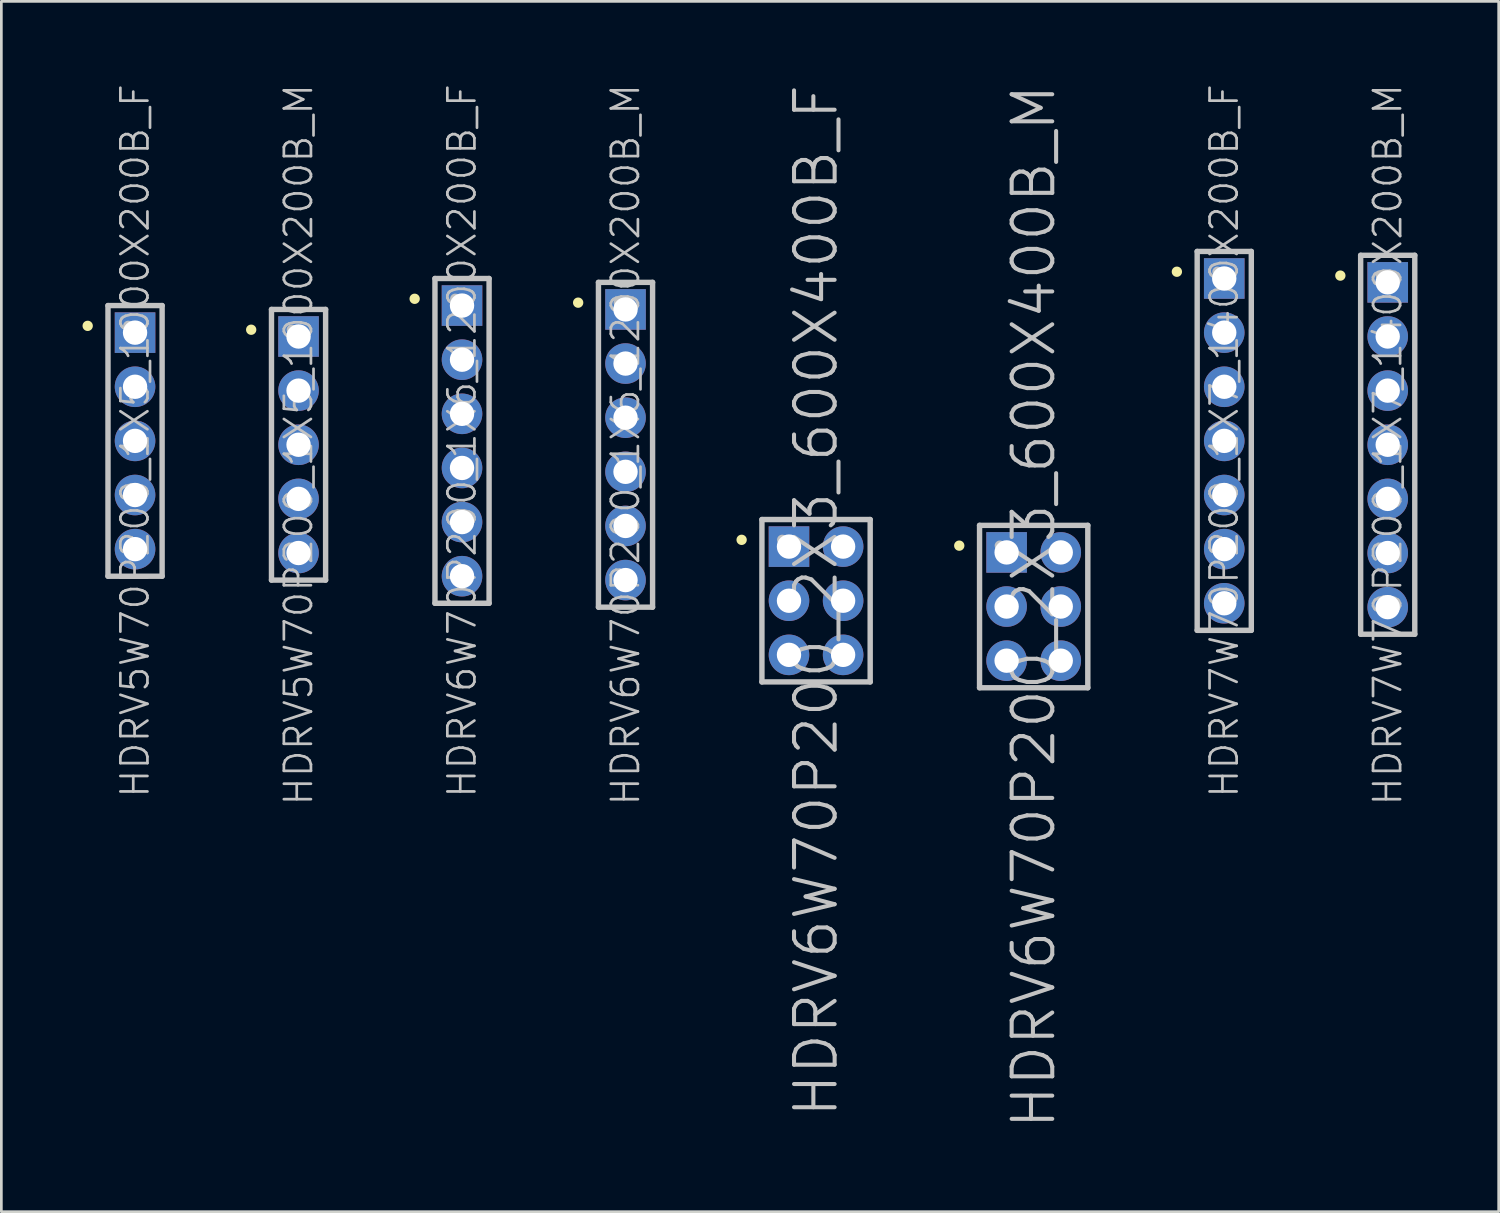
<source format=kicad_pcb>
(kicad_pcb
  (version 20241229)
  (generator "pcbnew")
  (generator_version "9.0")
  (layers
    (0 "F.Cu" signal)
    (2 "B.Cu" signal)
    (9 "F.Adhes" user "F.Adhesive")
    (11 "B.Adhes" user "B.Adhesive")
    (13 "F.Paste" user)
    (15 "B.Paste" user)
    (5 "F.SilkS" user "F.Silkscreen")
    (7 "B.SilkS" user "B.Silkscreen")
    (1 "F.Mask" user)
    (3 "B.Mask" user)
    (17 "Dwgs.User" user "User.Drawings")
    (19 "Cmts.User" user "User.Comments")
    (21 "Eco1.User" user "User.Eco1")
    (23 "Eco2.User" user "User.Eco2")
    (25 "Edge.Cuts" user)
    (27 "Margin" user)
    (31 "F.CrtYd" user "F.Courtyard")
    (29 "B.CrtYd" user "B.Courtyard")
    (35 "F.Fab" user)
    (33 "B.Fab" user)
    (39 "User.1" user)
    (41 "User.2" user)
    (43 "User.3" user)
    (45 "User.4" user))
  (footprint "HDRV6W70P200_2X3_600X400B_M"
    (layer "F.Cu")
    (at 35.143 19.361)
    (property "Reference" "HDRV6W70P200_2X3_600X400B_M" (at 0 0 90) (layer "Dwgs.User") (effects (font (size 1.5 1.5) (thickness 0.15))))
    (attr through_hole)
    (fp_line (start -2.75 -2.25) (end -2.75 -2.25) (stroke (width 0.381) (type solid)) (layer "F.SilkS"))
    (fp_line (start -2 -3) (end -2 3) (stroke (width 0.2) (type solid)) (layer "Dwgs.User"))
    (fp_line (start -2 -3) (end 2 -3) (stroke (width 0.2) (type solid)) (layer "Dwgs.User"))
    (fp_line (start -2 3) (end 2 3) (stroke (width 0.2) (type solid)) (layer "Dwgs.User"))
    (fp_line (start -1.25 -2.25) (end -1.25 -2.25) (stroke (width 0.381) (type solid)) (layer "Dwgs.User"))
    (fp_line (start 2 -3) (end 2 3) (stroke (width 0.2) (type solid)) (layer "Dwgs.User"))
    (pad "1" thru_hole rect (at -1 -2) (size 1.5 1.5) (drill 0.9) (layers "*.Cu" "*.Mask"))
    (pad "2" thru_hole circle (at 1 -2 270) (size 1.5 1.5) (drill 0.9) (layers "*.Cu" "*.Mask"))
    (pad "3" thru_hole circle (at -1 0 270) (size 1.5 1.5) (drill 0.9) (layers "*.Cu" "*.Mask"))
    (pad "4" thru_hole circle (at 1 0 270) (size 1.5 1.5) (drill 0.9) (layers "*.Cu" "*.Mask"))
    (pad "5" thru_hole circle (at -1 2 270) (size 1.5 1.5) (drill 0.9) (layers "*.Cu" "*.Mask"))
    (pad "6" thru_hole circle (at 1 2 270) (size 1.5 1.5) (drill 0.9) (layers "*.Cu" "*.Mask")))
  (footprint "HDRV7W70P200_1X7_1400X200B_M"
    (layer "F.Cu")
    (at 48.224 13.383)
    (property "Reference" "HDRV7W70P200_1X7_1400X200B_M" (at 0 0 90) (layer "Dwgs.User") (effects (font (size 1 1) (thickness 0.1))))
    (attr through_hole)
    (fp_line (start -1.75 -6.25) (end -1.75 -6.25) (stroke (width 0.381) (type solid)) (layer "F.SilkS"))
    (fp_line (start -1 -7) (end -1 7) (stroke (width 0.2) (type solid)) (layer "Dwgs.User"))
    (fp_line (start -1 -7) (end 1 -7) (stroke (width 0.2) (type solid)) (layer "Dwgs.User"))
    (fp_line (start -1 7) (end 1 7) (stroke (width 0.2) (type solid)) (layer "Dwgs.User"))
    (fp_line (start -0.25 -6.25) (end -0.25 -6.25) (stroke (width 0.381) (type solid)) (layer "Dwgs.User"))
    (fp_line (start 1 -7) (end 1 7) (stroke (width 0.2) (type solid)) (layer "Dwgs.User"))
    (pad "1" thru_hole rect (at 0 -6) (size 1.5 1.5) (drill 0.9) (layers "*.Cu" "*.Mask"))
    (pad "2" thru_hole circle (at 0 -4 270) (size 1.5 1.5) (drill 0.9) (layers "*.Cu" "*.Mask"))
    (pad "3" thru_hole circle (at 0 -2 270) (size 1.5 1.5) (drill 0.9) (layers "*.Cu" "*.Mask"))
    (pad "4" thru_hole circle (at 0 0 270) (size 1.5 1.5) (drill 0.9) (layers "*.Cu" "*.Mask"))
    (pad "5" thru_hole circle (at 0 2 270) (size 1.5 1.5) (drill 0.9) (layers "*.Cu" "*.Mask"))
    (pad "6" thru_hole circle (at 0 4 270) (size 1.5 1.5) (drill 0.9) (layers "*.Cu" "*.Mask"))
    (pad "7" thru_hole circle (at 0 6 270) (size 1.5 1.5) (drill 0.9) (layers "*.Cu" "*.Mask")))
  (footprint "HDRV7W70P200_1X7_1400X200B_F"
    (layer "F.Cu")
    (at 42.184 13.24)
    (property "Reference" "HDRV7W70P200_1X7_1400X200B_F" (at 0 0 90) (layer "Dwgs.User") (effects (font (size 1 1) (thickness 0.1))))
    (attr through_hole)
    (fp_line (start -1.75 -6.25) (end -1.75 -6.25) (stroke (width 0.381) (type solid)) (layer "F.SilkS"))
    (fp_line (start -1 -7) (end -1 7) (stroke (width 0.2) (type solid)) (layer "Dwgs.User"))
    (fp_line (start -1 -7) (end 1 -7) (stroke (width 0.2) (type solid)) (layer "Dwgs.User"))
    (fp_line (start -1 7) (end 1 7) (stroke (width 0.2) (type solid)) (layer "Dwgs.User"))
    (fp_line (start -0.25 -6.25) (end -0.25 -6.25) (stroke (width 0.381) (type solid)) (layer "Dwgs.User"))
    (fp_line (start 1 -7) (end 1 7) (stroke (width 0.2) (type solid)) (layer "Dwgs.User"))
    (pad "1" thru_hole rect (at 0 -6) (size 1.5 1.5) (drill 0.9) (layers "*.Cu" "*.Mask"))
    (pad "2" thru_hole circle (at 0 -4 270) (size 1.5 1.5) (drill 0.9) (layers "*.Cu" "*.Mask"))
    (pad "3" thru_hole circle (at 0 -2 270) (size 1.5 1.5) (drill 0.9) (layers "*.Cu" "*.Mask"))
    (pad "4" thru_hole circle (at 0 0 270) (size 1.5 1.5) (drill 0.9) (layers "*.Cu" "*.Mask"))
    (pad "5" thru_hole circle (at 0 2 270) (size 1.5 1.5) (drill 0.9) (layers "*.Cu" "*.Mask"))
    (pad "6" thru_hole circle (at 0 4 270) (size 1.5 1.5) (drill 0.9) (layers "*.Cu" "*.Mask"))
    (pad "7" thru_hole circle (at 0 6 270) (size 1.5 1.5) (drill 0.9) (layers "*.Cu" "*.Mask")))
  (footprint "HDRV5W70P200_1X5_1000X200B_F"
    (layer "F.Cu")
    (at 1.94 13.24)
    (property "Reference" "HDRV5W70P200_1X5_1000X200B_F" (at 0 0 90) (layer "Dwgs.User") (effects (font (size 1 1) (thickness 0.1))))
    (attr through_hole)
    (fp_line (start -1.75 -4.25) (end -1.75 -4.25) (stroke (width 0.381) (type solid)) (layer "F.SilkS"))
    (fp_line (start -1 -5) (end -1 5) (stroke (width 0.2) (type solid)) (layer "Dwgs.User"))
    (fp_line (start -1 -5) (end 1 -5) (stroke (width 0.2) (type solid)) (layer "Dwgs.User"))
    (fp_line (start -1 5) (end 1 5) (stroke (width 0.2) (type solid)) (layer "Dwgs.User"))
    (fp_line (start -0.25 -4.25) (end -0.25 -4.25) (stroke (width 0.381) (type solid)) (layer "Dwgs.User"))
    (fp_line (start 1 -5) (end 1 5) (stroke (width 0.2) (type solid)) (layer "Dwgs.User"))
    (pad "1" thru_hole rect (at 0 -4) (size 1.5 1.5) (drill 0.9) (layers "*.Cu" "*.Mask"))
    (pad "2" thru_hole circle (at 0 -2 270) (size 1.5 1.5) (drill 0.9) (layers "*.Cu" "*.Mask"))
    (pad "3" thru_hole circle (at 0 0 270) (size 1.5 1.5) (drill 0.9) (layers "*.Cu" "*.Mask"))
    (pad "4" thru_hole circle (at 0 2 270) (size 1.5 1.5) (drill 0.9) (layers "*.Cu" "*.Mask"))
    (pad "5" thru_hole circle (at 0 4 270) (size 1.5 1.5) (drill 0.9) (layers "*.Cu" "*.Mask")))
  (footprint "HDRV6W70P200_1X6_1200X200B_F"
    (layer "F.Cu")
    (at 14.021 13.24)
    (property "Reference" "HDRV6W70P200_1X6_1200X200B_F" (at 0 0 90) (layer "Dwgs.User") (effects (font (size 1 1) (thickness 0.1))))
    (attr through_hole)
    (fp_line (start -1.75 -5.25) (end -1.75 -5.25) (stroke (width 0.381) (type solid)) (layer "F.SilkS"))
    (fp_line (start -1 -6) (end -1 6) (stroke (width 0.2) (type solid)) (layer "Dwgs.User"))
    (fp_line (start -1 -6) (end 1 -6) (stroke (width 0.2) (type solid)) (layer "Dwgs.User"))
    (fp_line (start -1 6) (end 1 6) (stroke (width 0.2) (type solid)) (layer "Dwgs.User"))
    (fp_line (start -0.25 -5.25) (end -0.25 -5.25) (stroke (width 0.381) (type solid)) (layer "Dwgs.User"))
    (fp_line (start 1 -6) (end 1 6) (stroke (width 0.2) (type solid)) (layer "Dwgs.User"))
    (pad "1" thru_hole rect (at 0 -5) (size 1.5 1.5) (drill 0.9) (layers "*.Cu" "*.Mask"))
    (pad "2" thru_hole circle (at 0 -3 270) (size 1.5 1.5) (drill 0.9) (layers "*.Cu" "*.Mask"))
    (pad "3" thru_hole circle (at 0 -1 270) (size 1.5 1.5) (drill 0.9) (layers "*.Cu" "*.Mask"))
    (pad "4" thru_hole circle (at 0 1 270) (size 1.5 1.5) (drill 0.9) (layers "*.Cu" "*.Mask"))
    (pad "5" thru_hole circle (at 0 3 270) (size 1.5 1.5) (drill 0.9) (layers "*.Cu" "*.Mask"))
    (pad "6" thru_hole circle (at 0 5 270) (size 1.5 1.5) (drill 0.9) (layers "*.Cu" "*.Mask")))
  (footprint "HDRV6W70P200_1X6_1200X200B_M"
    (layer "F.Cu")
    (at 20.062 13.383)
    (property "Reference" "HDRV6W70P200_1X6_1200X200B_M" (at 0 0 90) (layer "Dwgs.User") (effects (font (size 1 1) (thickness 0.1))))
    (attr through_hole)
    (fp_line (start -1.75 -5.25) (end -1.75 -5.25) (stroke (width 0.381) (type solid)) (layer "F.SilkS"))
    (fp_line (start -1 -6) (end -1 6) (stroke (width 0.2) (type solid)) (layer "Dwgs.User"))
    (fp_line (start -1 -6) (end 1 -6) (stroke (width 0.2) (type solid)) (layer "Dwgs.User"))
    (fp_line (start -1 6) (end 1 6) (stroke (width 0.2) (type solid)) (layer "Dwgs.User"))
    (fp_line (start -0.25 -5.25) (end -0.25 -5.25) (stroke (width 0.381) (type solid)) (layer "Dwgs.User"))
    (fp_line (start 1 -6) (end 1 6) (stroke (width 0.2) (type solid)) (layer "Dwgs.User"))
    (pad "1" thru_hole rect (at 0 -5) (size 1.5 1.5) (drill 0.9) (layers "*.Cu" "*.Mask"))
    (pad "2" thru_hole circle (at 0 -3 270) (size 1.5 1.5) (drill 0.9) (layers "*.Cu" "*.Mask"))
    (pad "3" thru_hole circle (at 0 -1 270) (size 1.5 1.5) (drill 0.9) (layers "*.Cu" "*.Mask"))
    (pad "4" thru_hole circle (at 0 1 270) (size 1.5 1.5) (drill 0.9) (layers "*.Cu" "*.Mask"))
    (pad "5" thru_hole circle (at 0 3 270) (size 1.5 1.5) (drill 0.9) (layers "*.Cu" "*.Mask"))
    (pad "6" thru_hole circle (at 0 5 270) (size 1.5 1.5) (drill 0.9) (layers "*.Cu" "*.Mask")))
  (footprint "HDRV6W70P200_2X3_600X400B_F"
    (layer "F.Cu")
    (at 27.102 19.146)
    (property "Reference" "HDRV6W70P200_2X3_600X400B_F" (at 0 0 90) (layer "Dwgs.User") (effects (font (size 1.5 1.5) (thickness 0.15))))
    (attr through_hole)
    (fp_line (start -2.75 -2.25) (end -2.75 -2.25) (stroke (width 0.381) (type solid)) (layer "F.SilkS"))
    (fp_line (start -2 -3) (end -2 3) (stroke (width 0.2) (type solid)) (layer "Dwgs.User"))
    (fp_line (start -2 -3) (end 2 -3) (stroke (width 0.2) (type solid)) (layer "Dwgs.User"))
    (fp_line (start -2 3) (end 2 3) (stroke (width 0.2) (type solid)) (layer "Dwgs.User"))
    (fp_line (start -1.25 -2.25) (end -1.25 -2.25) (stroke (width 0.381) (type solid)) (layer "Dwgs.User"))
    (fp_line (start 2 -3) (end 2 3) (stroke (width 0.2) (type solid)) (layer "Dwgs.User"))
    (pad "1" thru_hole rect (at -1 -2) (size 1.5 1.5) (drill 0.9) (layers "*.Cu" "*.Mask"))
    (pad "2" thru_hole circle (at 1 -2 270) (size 1.5 1.5) (drill 0.9) (layers "*.Cu" "*.Mask"))
    (pad "3" thru_hole circle (at -1 0 270) (size 1.5 1.5) (drill 0.9) (layers "*.Cu" "*.Mask"))
    (pad "4" thru_hole circle (at 1 0 270) (size 1.5 1.5) (drill 0.9) (layers "*.Cu" "*.Mask"))
    (pad "5" thru_hole circle (at -1 2 270) (size 1.5 1.5) (drill 0.9) (layers "*.Cu" "*.Mask"))
    (pad "6" thru_hole circle (at 1 2 270) (size 1.5 1.5) (drill 0.9) (layers "*.Cu" "*.Mask")))
  (footprint "HDRV5W70P200_1X5_1000X200B_M"
    (layer "F.Cu")
    (at 7.981 13.383)
    (property "Reference" "HDRV5W70P200_1X5_1000X200B_M" (at 0 0 90) (layer "Dwgs.User") (effects (font (size 1 1) (thickness 0.1))))
    (attr through_hole)
    (fp_line (start -1.75 -4.25) (end -1.75 -4.25) (stroke (width 0.381) (type solid)) (layer "F.SilkS"))
    (fp_line (start -1 -5) (end -1 5) (stroke (width 0.2) (type solid)) (layer "Dwgs.User"))
    (fp_line (start -1 -5) (end 1 -5) (stroke (width 0.2) (type solid)) (layer "Dwgs.User"))
    (fp_line (start -1 5) (end 1 5) (stroke (width 0.2) (type solid)) (layer "Dwgs.User"))
    (fp_line (start -0.25 -4.25) (end -0.25 -4.25) (stroke (width 0.381) (type solid)) (layer "Dwgs.User"))
    (fp_line (start 1 -5) (end 1 5) (stroke (width 0.2) (type solid)) (layer "Dwgs.User"))
    (pad "1" thru_hole rect (at 0 -4) (size 1.5 1.5) (drill 0.9) (layers "*.Cu" "*.Mask"))
    (pad "2" thru_hole circle (at 0 -2 270) (size 1.5 1.5) (drill 0.9) (layers "*.Cu" "*.Mask"))
    (pad "3" thru_hole circle (at 0 0 270) (size 1.5 1.5) (drill 0.9) (layers "*.Cu" "*.Mask"))
    (pad "4" thru_hole circle (at 0 2 270) (size 1.5 1.5) (drill 0.9) (layers "*.Cu" "*.Mask"))
    (pad "5" thru_hole circle (at 0 4 270) (size 1.5 1.5) (drill 0.9) (layers "*.Cu" "*.Mask")))
  (gr_rect
    (start -3 -3)
    (end 52.324 41.721)
    (stroke (width 0.1) (type default))
    (fill no)
    (layer "Edge.Cuts")))
</source>
